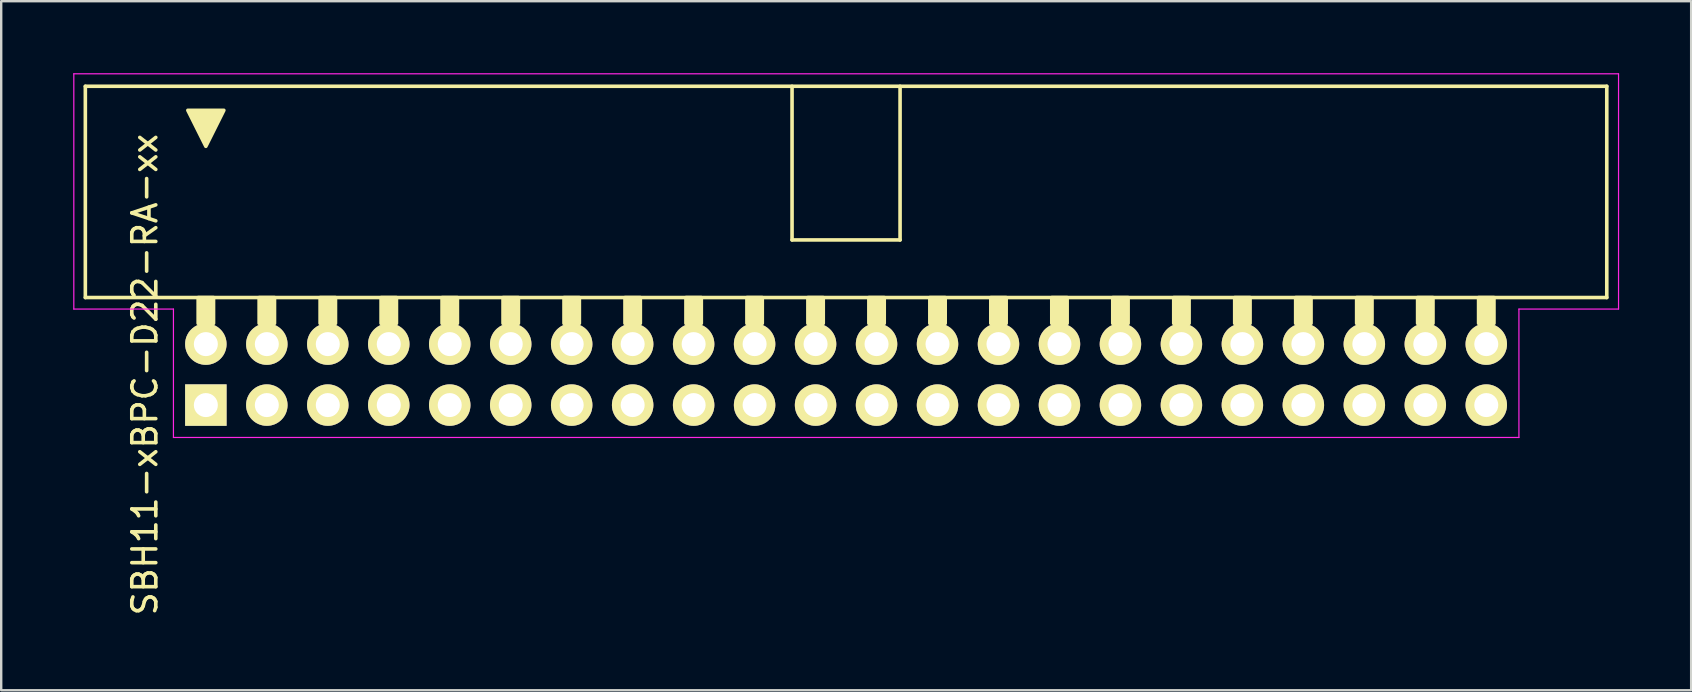
<source format=kicad_pcb>
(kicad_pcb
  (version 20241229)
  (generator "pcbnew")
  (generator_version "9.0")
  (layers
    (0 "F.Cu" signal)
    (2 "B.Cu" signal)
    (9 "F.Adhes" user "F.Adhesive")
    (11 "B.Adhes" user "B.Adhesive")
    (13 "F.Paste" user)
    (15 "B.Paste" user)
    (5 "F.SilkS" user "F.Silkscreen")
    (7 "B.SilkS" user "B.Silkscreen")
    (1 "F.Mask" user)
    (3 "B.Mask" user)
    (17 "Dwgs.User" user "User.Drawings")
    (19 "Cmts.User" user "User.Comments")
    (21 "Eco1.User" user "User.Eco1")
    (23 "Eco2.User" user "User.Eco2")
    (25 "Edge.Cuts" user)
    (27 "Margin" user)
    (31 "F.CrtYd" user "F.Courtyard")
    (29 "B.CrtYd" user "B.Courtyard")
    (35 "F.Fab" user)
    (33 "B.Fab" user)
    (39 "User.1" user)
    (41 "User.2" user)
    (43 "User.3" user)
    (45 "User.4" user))
  (footprint "SBH11-xBPC-D22-RA-xx"
    (layer "F.Cu")
    (at 5.525 13.825)
    (property "Reference" "SBH11-xBPC-D22-RA-xx" (at -2.54 -1.27 270) (layer "F.SilkS") (effects (font (size 1 1) (thickness 0.15))))
    (attr through_hole)
    (fp_line (start -5.02 -13.28) (end -5.02 -4.48) (stroke (width 0.15) (type solid)) (layer "F.SilkS"))
    (fp_line (start -5.02 -13.28) (end 58.36 -13.28) (stroke (width 0.15) (type solid)) (layer "F.SilkS"))
    (fp_line (start -5.02 -4.48) (end 58.36 -4.48) (stroke (width 0.15) (type solid)) (layer "F.SilkS"))
    (fp_line (start 24.42 -6.88) (end 24.42 -13.28) (stroke (width 0.15) (type solid)) (layer "F.SilkS"))
    (fp_line (start 24.42 -6.88) (end 28.92 -6.88) (stroke (width 0.15) (type solid)) (layer "F.SilkS"))
    (fp_line (start 28.92 -6.88) (end 28.92 -13.28) (stroke (width 0.15) (type solid)) (layer "F.SilkS"))
    (fp_line (start 58.36 -13.28) (end 58.36 -4.48) (stroke (width 0.15) (type solid)) (layer "F.SilkS"))
    (fp_poly (pts (xy 0 -10.78) (xy -0.75 -12.28) (xy 0.75 -12.28)) (stroke (width 0.15) (type solid)) (fill yes) (layer "F.SilkS"))
    (fp_poly (pts (xy 0.32 -4.48) (xy -0.32 -4.48) (xy -0.32 -3.404) (xy 0.32 -3.404)) (stroke (width 0.15) (type solid)) (fill yes) (layer "F.SilkS"))
    (fp_poly (pts (xy 2.86 -4.48) (xy 2.22 -4.48) (xy 2.22 -3.404) (xy 2.86 -3.404)) (stroke (width 0.15) (type solid)) (fill yes) (layer "F.SilkS"))
    (fp_poly (pts (xy 5.4 -4.48) (xy 4.76 -4.48) (xy 4.76 -3.404) (xy 5.4 -3.404)) (stroke (width 0.15) (type solid)) (fill yes) (layer "F.SilkS"))
    (fp_poly (pts (xy 7.94 -4.48) (xy 7.3 -4.48) (xy 7.3 -3.404) (xy 7.94 -3.404)) (stroke (width 0.15) (type solid)) (fill yes) (layer "F.SilkS"))
    (fp_poly (pts (xy 10.48 -4.48) (xy 9.84 -4.48) (xy 9.84 -3.404) (xy 10.48 -3.404)) (stroke (width 0.15) (type solid)) (fill yes) (layer "F.SilkS"))
    (fp_poly (pts (xy 13.02 -4.48) (xy 12.38 -4.48) (xy 12.38 -3.404) (xy 13.02 -3.404)) (stroke (width 0.15) (type solid)) (fill yes) (layer "F.SilkS"))
    (fp_poly (pts (xy 15.56 -4.48) (xy 14.92 -4.48) (xy 14.92 -3.404) (xy 15.56 -3.404)) (stroke (width 0.15) (type solid)) (fill yes) (layer "F.SilkS"))
    (fp_poly (pts (xy 18.1 -4.48) (xy 17.46 -4.48) (xy 17.46 -3.404) (xy 18.1 -3.404)) (stroke (width 0.15) (type solid)) (fill yes) (layer "F.SilkS"))
    (fp_poly (pts (xy 20.64 -4.48) (xy 20 -4.48) (xy 20 -3.404) (xy 20.64 -3.404)) (stroke (width 0.15) (type solid)) (fill yes) (layer "F.SilkS"))
    (fp_poly (pts (xy 23.18 -4.48) (xy 22.54 -4.48) (xy 22.54 -3.404) (xy 23.18 -3.404)) (stroke (width 0.15) (type solid)) (fill yes) (layer "F.SilkS"))
    (fp_poly (pts (xy 25.72 -4.48) (xy 25.08 -4.48) (xy 25.08 -3.404) (xy 25.72 -3.404)) (stroke (width 0.15) (type solid)) (fill yes) (layer "F.SilkS"))
    (fp_poly (pts (xy 28.26 -4.48) (xy 27.62 -4.48) (xy 27.62 -3.404) (xy 28.26 -3.404)) (stroke (width 0.15) (type solid)) (fill yes) (layer "F.SilkS"))
    (fp_poly (pts (xy 30.8 -4.48) (xy 30.16 -4.48) (xy 30.16 -3.404) (xy 30.8 -3.404)) (stroke (width 0.15) (type solid)) (fill yes) (layer "F.SilkS"))
    (fp_poly (pts (xy 33.34 -4.48) (xy 32.7 -4.48) (xy 32.7 -3.404) (xy 33.34 -3.404)) (stroke (width 0.15) (type solid)) (fill yes) (layer "F.SilkS"))
    (fp_poly (pts (xy 35.88 -4.48) (xy 35.24 -4.48) (xy 35.24 -3.404) (xy 35.88 -3.404)) (stroke (width 0.15) (type solid)) (fill yes) (layer "F.SilkS"))
    (fp_poly (pts (xy 38.42 -4.48) (xy 37.78 -4.48) (xy 37.78 -3.404) (xy 38.42 -3.404)) (stroke (width 0.15) (type solid)) (fill yes) (layer "F.SilkS"))
    (fp_poly (pts (xy 40.96 -4.48) (xy 40.32 -4.48) (xy 40.32 -3.404) (xy 40.96 -3.404)) (stroke (width 0.15) (type solid)) (fill yes) (layer "F.SilkS"))
    (fp_poly (pts (xy 43.5 -4.48) (xy 42.86 -4.48) (xy 42.86 -3.404) (xy 43.5 -3.404)) (stroke (width 0.15) (type solid)) (fill yes) (layer "F.SilkS"))
    (fp_poly (pts (xy 46.04 -4.48) (xy 45.4 -4.48) (xy 45.4 -3.404) (xy 46.04 -3.404)) (stroke (width 0.15) (type solid)) (fill yes) (layer "F.SilkS"))
    (fp_poly (pts (xy 48.58 -4.48) (xy 47.94 -4.48) (xy 47.94 -3.404) (xy 48.58 -3.404)) (stroke (width 0.15) (type solid)) (fill yes) (layer "F.SilkS"))
    (fp_poly (pts (xy 51.12 -4.48) (xy 50.48 -4.48) (xy 50.48 -3.404) (xy 51.12 -3.404)) (stroke (width 0.15) (type solid)) (fill yes) (layer "F.SilkS"))
    (fp_poly (pts (xy 53.66 -4.48) (xy 53.02 -4.48) (xy 53.02 -3.404) (xy 53.66 -3.404)) (stroke (width 0.15) (type solid)) (fill yes) (layer "F.SilkS"))
    (fp_line (start -5.5 -13.8) (end -5.5 -4) (stroke (width 0.05) (type solid)) (layer "F.CrtYd"))
    (fp_line (start -5.5 -13.8) (end 58.85 -13.8) (stroke (width 0.05) (type solid)) (layer "F.CrtYd"))
    (fp_line (start -5.5 -4) (end -1.35 -4) (stroke (width 0.05) (type solid)) (layer "F.CrtYd"))
    (fp_line (start -1.35 -4) (end -1.35 1.35) (stroke (width 0.05) (type solid)) (layer "F.CrtYd"))
    (fp_line (start -1.35 1.35) (end 54.7 1.35) (stroke (width 0.05) (type solid)) (layer "F.CrtYd"))
    (fp_line (start 54.7 -4) (end 54.7 1.35) (stroke (width 0.05) (type solid)) (layer "F.CrtYd"))
    (fp_line (start 58.85 -13.8) (end 58.85 -4) (stroke (width 0.05) (type solid)) (layer "F.CrtYd"))
    (fp_line (start 58.85 -4) (end 54.7 -4) (stroke (width 0.05) (type solid)) (layer "F.CrtYd"))
    (pad "1" thru_hole rect (at 0 0) (size 1.727 1.727) (drill 1) (layers "*.Cu" "*.Mask" "F.SilkS"))
    (pad "2" thru_hole circle (at 0 -2.54) (size 1.727 1.727) (drill 1) (layers "*.Cu" "*.Mask" "F.SilkS"))
    (pad "3" thru_hole circle (at 2.54 0) (size 1.727 1.727) (drill 1) (layers "*.Cu" "*.Mask" "F.SilkS"))
    (pad "4" thru_hole circle (at 2.54 -2.54) (size 1.727 1.727) (drill 1) (layers "*.Cu" "*.Mask" "F.SilkS"))
    (pad "5" thru_hole circle (at 5.08 0) (size 1.727 1.727) (drill 1) (layers "*.Cu" "*.Mask" "F.SilkS"))
    (pad "6" thru_hole circle (at 5.08 -2.54) (size 1.727 1.727) (drill 1) (layers "*.Cu" "*.Mask" "F.SilkS"))
    (pad "7" thru_hole circle (at 7.62 0) (size 1.727 1.727) (drill 1) (layers "*.Cu" "*.Mask" "F.SilkS"))
    (pad "8" thru_hole circle (at 7.62 -2.54) (size 1.727 1.727) (drill 1) (layers "*.Cu" "*.Mask" "F.SilkS"))
    (pad "9" thru_hole circle (at 10.16 0) (size 1.727 1.727) (drill 1) (layers "*.Cu" "*.Mask" "F.SilkS"))
    (pad "10" thru_hole circle (at 10.16 -2.54) (size 1.727 1.727) (drill 1) (layers "*.Cu" "*.Mask" "F.SilkS"))
    (pad "11" thru_hole circle (at 12.7 0) (size 1.727 1.727) (drill 1) (layers "*.Cu" "*.Mask" "F.SilkS"))
    (pad "12" thru_hole circle (at 12.7 -2.54) (size 1.727 1.727) (drill 1) (layers "*.Cu" "*.Mask" "F.SilkS"))
    (pad "13" thru_hole circle (at 15.24 0) (size 1.727 1.727) (drill 1) (layers "*.Cu" "*.Mask" "F.SilkS"))
    (pad "14" thru_hole circle (at 15.24 -2.54) (size 1.727 1.727) (drill 1) (layers "*.Cu" "*.Mask" "F.SilkS"))
    (pad "15" thru_hole circle (at 17.78 0) (size 1.727 1.727) (drill 1) (layers "*.Cu" "*.Mask" "F.SilkS"))
    (pad "16" thru_hole circle (at 17.78 -2.54) (size 1.727 1.727) (drill 1) (layers "*.Cu" "*.Mask" "F.SilkS"))
    (pad "17" thru_hole circle (at 20.32 0) (size 1.727 1.727) (drill 1) (layers "*.Cu" "*.Mask" "F.SilkS"))
    (pad "18" thru_hole circle (at 20.32 -2.54) (size 1.727 1.727) (drill 1) (layers "*.Cu" "*.Mask" "F.SilkS"))
    (pad "19" thru_hole circle (at 22.86 0) (size 1.727 1.727) (drill 1) (layers "*.Cu" "*.Mask" "F.SilkS"))
    (pad "20" thru_hole circle (at 22.86 -2.54) (size 1.727 1.727) (drill 1) (layers "*.Cu" "*.Mask" "F.SilkS"))
    (pad "21" thru_hole circle (at 25.4 0) (size 1.727 1.727) (drill 1) (layers "*.Cu" "*.Mask" "F.SilkS"))
    (pad "22" thru_hole circle (at 25.4 -2.54) (size 1.727 1.727) (drill 1) (layers "*.Cu" "*.Mask" "F.SilkS"))
    (pad "23" thru_hole circle (at 27.94 0) (size 1.727 1.727) (drill 1) (layers "*.Cu" "*.Mask" "F.SilkS"))
    (pad "24" thru_hole circle (at 27.94 -2.54) (size 1.727 1.727) (drill 1) (layers "*.Cu" "*.Mask" "F.SilkS"))
    (pad "25" thru_hole circle (at 30.48 0) (size 1.727 1.727) (drill 1) (layers "*.Cu" "*.Mask" "F.SilkS"))
    (pad "26" thru_hole circle (at 30.48 -2.54) (size 1.727 1.727) (drill 1) (layers "*.Cu" "*.Mask" "F.SilkS"))
    (pad "27" thru_hole circle (at 33.02 0) (size 1.727 1.727) (drill 1) (layers "*.Cu" "*.Mask" "F.SilkS"))
    (pad "28" thru_hole circle (at 33.02 -2.54) (size 1.727 1.727) (drill 1) (layers "*.Cu" "*.Mask" "F.SilkS"))
    (pad "29" thru_hole circle (at 35.56 0) (size 1.727 1.727) (drill 1) (layers "*.Cu" "*.Mask" "F.SilkS"))
    (pad "30" thru_hole circle (at 35.56 -2.54) (size 1.727 1.727) (drill 1) (layers "*.Cu" "*.Mask" "F.SilkS"))
    (pad "31" thru_hole circle (at 38.1 0) (size 1.727 1.727) (drill 1) (layers "*.Cu" "*.Mask" "F.SilkS"))
    (pad "32" thru_hole circle (at 38.1 -2.54) (size 1.727 1.727) (drill 1) (layers "*.Cu" "*.Mask" "F.SilkS"))
    (pad "33" thru_hole circle (at 40.64 0) (size 1.727 1.727) (drill 1) (layers "*.Cu" "*.Mask" "F.SilkS"))
    (pad "34" thru_hole circle (at 40.64 -2.54) (size 1.727 1.727) (drill 1) (layers "*.Cu" "*.Mask" "F.SilkS"))
    (pad "35" thru_hole circle (at 43.18 0) (size 1.727 1.727) (drill 1) (layers "*.Cu" "*.Mask" "F.SilkS"))
    (pad "36" thru_hole circle (at 43.18 -2.54) (size 1.727 1.727) (drill 1) (layers "*.Cu" "*.Mask" "F.SilkS"))
    (pad "37" thru_hole circle (at 45.72 0) (size 1.727 1.727) (drill 1) (layers "*.Cu" "*.Mask" "F.SilkS"))
    (pad "38" thru_hole circle (at 45.72 -2.54) (size 1.727 1.727) (drill 1) (layers "*.Cu" "*.Mask" "F.SilkS"))
    (pad "39" thru_hole circle (at 48.26 0) (size 1.727 1.727) (drill 1) (layers "*.Cu" "*.Mask" "F.SilkS"))
    (pad "40" thru_hole circle (at 48.26 -2.54) (size 1.727 1.727) (drill 1) (layers "*.Cu" "*.Mask" "F.SilkS"))
    (pad "41" thru_hole circle (at 50.8 0) (size 1.727 1.727) (drill 1) (layers "*.Cu" "*.Mask" "F.SilkS"))
    (pad "42" thru_hole circle (at 50.8 -2.54) (size 1.727 1.727) (drill 1) (layers "*.Cu" "*.Mask" "F.SilkS"))
    (pad "43" thru_hole circle (at 53.34 0) (size 1.727 1.727) (drill 1) (layers "*.Cu" "*.Mask" "F.SilkS"))
    (pad "44" thru_hole circle (at 53.34 -2.54) (size 1.727 1.727) (drill 1) (layers "*.Cu" "*.Mask" "F.SilkS")))
  (gr_rect
    (start -3 -3)
    (end 67.4 25.704)
    (stroke (width 0.1) (type default))
    (fill no)
    (layer "Edge.Cuts")))
</source>
